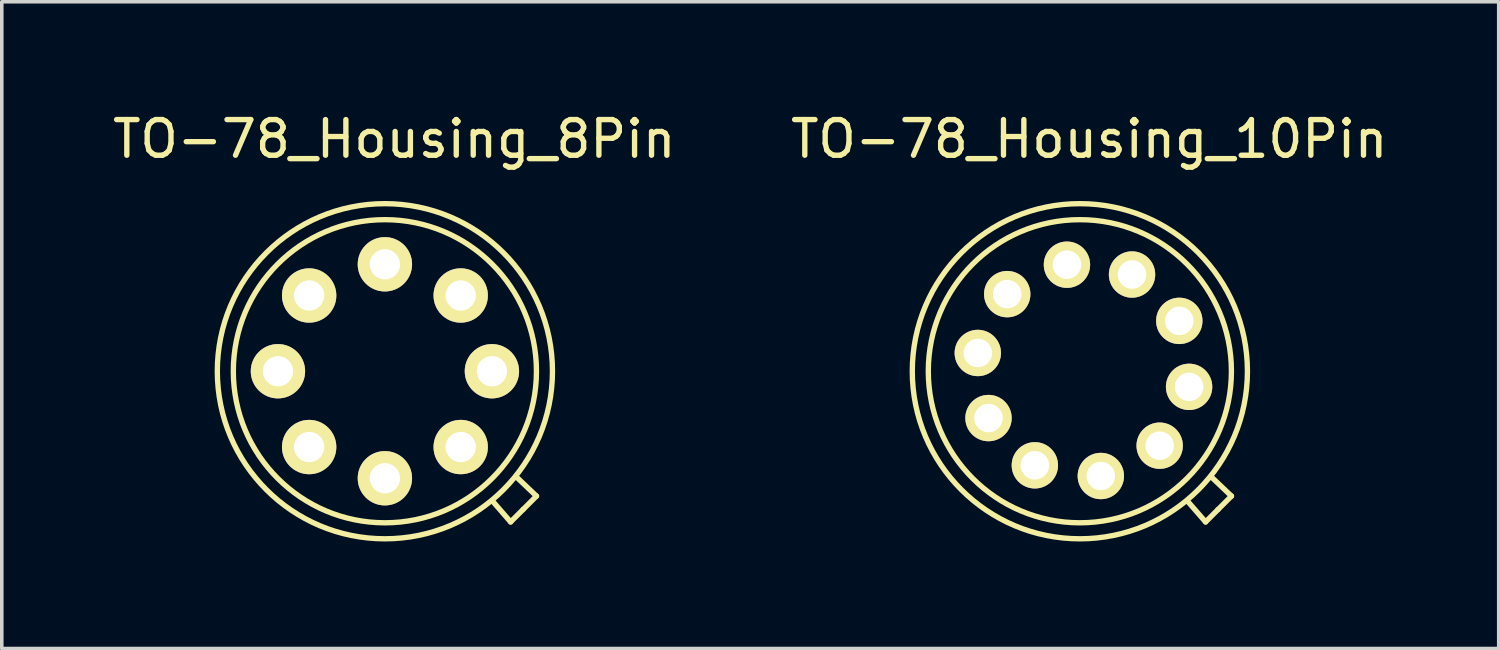
<source format=kicad_pcb>
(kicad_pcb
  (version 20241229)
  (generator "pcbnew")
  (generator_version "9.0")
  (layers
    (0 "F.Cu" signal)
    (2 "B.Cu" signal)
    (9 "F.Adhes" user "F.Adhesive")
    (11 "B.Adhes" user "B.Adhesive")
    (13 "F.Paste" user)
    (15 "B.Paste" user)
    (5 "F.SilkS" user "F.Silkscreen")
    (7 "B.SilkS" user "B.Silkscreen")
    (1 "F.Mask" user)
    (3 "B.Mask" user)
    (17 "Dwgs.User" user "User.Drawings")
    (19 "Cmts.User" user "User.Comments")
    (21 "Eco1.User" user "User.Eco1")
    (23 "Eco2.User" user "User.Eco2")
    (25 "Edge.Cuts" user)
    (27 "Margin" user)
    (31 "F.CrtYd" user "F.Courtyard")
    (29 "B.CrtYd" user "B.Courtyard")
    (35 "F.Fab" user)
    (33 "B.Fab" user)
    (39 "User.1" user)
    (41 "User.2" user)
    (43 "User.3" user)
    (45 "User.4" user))
  (footprint "TO-78_Housing_8Pin"
    (layer "F.Cu")
    (at 7.856 7.323)
    (property "Reference" "TO-78_Housing_8Pin" (at 0.15 -6.475 0) (layer "F.SilkS") (effects (font (size 1 1) (thickness 0.15))))
    (attr through_hole)
    (fp_line (start 3.413 4.263) (end 2.913 3.688) (stroke (width 0.15) (type solid)) (layer "F.SilkS"))
    (fp_line (start 3.763 3.913) (end 3.413 4.263) (stroke (width 0.15) (type solid)) (layer "F.SilkS"))
    (fp_line (start 3.763 3.913) (end 4.138 3.538) (stroke (width 0.15) (type solid)) (layer "F.SilkS"))
    (fp_line (start 4.138 3.538) (end 3.587 3.013) (stroke (width 0.15) (type solid)) (layer "F.SilkS"))
    (fp_circle (center -0.113 0.037) (end -0.113 -4.662) (stroke (width 0.15) (type solid)) (fill no) (layer "F.SilkS"))
    (fp_circle (center -0.113 0.037) (end -0.113 -4.213) (stroke (width 0.15) (type solid)) (fill no) (layer "F.SilkS"))
    (pad "1" thru_hole circle (at -0.113 3.038 90) (size 1.524 1.524) (drill 0.85) (layers "*.Cu" "*.Mask" "F.SilkS"))
    (pad "1" thru_hole circle (at 2.888 0.037 90) (size 1.524 1.524) (drill 0.85) (layers "*.Cu" "*.Mask" "F.SilkS"))
    (pad "2" thru_hole circle (at -2.237 2.163 90) (size 1.524 1.524) (drill 0.85) (layers "*.Cu" "*.Mask" "F.SilkS"))
    (pad "2" thru_hole circle (at 2.013 -2.087 90) (size 1.524 1.524) (drill 0.85) (layers "*.Cu" "*.Mask" "F.SilkS"))
    (pad "3" thru_hole circle (at -3.112 0.037 90) (size 1.524 1.524) (drill 0.85) (layers "*.Cu" "*.Mask" "F.SilkS"))
    (pad "4" thru_hole circle (at -2.237 -2.087 90) (size 1.524 1.524) (drill 0.85) (layers "*.Cu" "*.Mask" "F.SilkS"))
    (pad "5" thru_hole circle (at -0.113 -2.962 90) (size 1.524 1.524) (drill 0.85) (layers "*.Cu" "*.Mask" "F.SilkS"))
    (pad "8" thru_hole circle (at 2.013 2.163 90) (size 1.524 1.524) (drill 0.85) (layers "*.Cu" "*.Mask" "F.SilkS")))
  (footprint "TO-78_Housing_10Pin"
    (layer "F.Cu")
    (at 27.344 7.323)
    (property "Reference" "TO-78_Housing_10Pin" (at 0.15 -6.475 0) (layer "F.SilkS") (effects (font (size 1 1) (thickness 0.15))))
    (attr through_hole)
    (fp_line (start 3.413 4.263) (end 2.913 3.688) (stroke (width 0.15) (type solid)) (layer "F.SilkS"))
    (fp_line (start 3.763 3.913) (end 3.413 4.263) (stroke (width 0.15) (type solid)) (layer "F.SilkS"))
    (fp_line (start 3.763 3.913) (end 4.138 3.538) (stroke (width 0.15) (type solid)) (layer "F.SilkS"))
    (fp_line (start 4.138 3.538) (end 3.587 3.013) (stroke (width 0.15) (type solid)) (layer "F.SilkS"))
    (fp_circle (center -0.113 0.037) (end -0.113 -4.662) (stroke (width 0.15) (type solid)) (fill no) (layer "F.SilkS"))
    (fp_circle (center -0.113 0.037) (end -0.113 -4.213) (stroke (width 0.15) (type solid)) (fill no) (layer "F.SilkS"))
    (pad "1" thru_hole circle (at 2.95 0.475) (size 1.3 1.3) (drill 0.8) (layers "*.Cu" "*.Mask" "F.SilkS"))
    (pad "2" thru_hole circle (at 2.675 -1.375) (size 1.3 1.3) (drill 0.8) (layers "*.Cu" "*.Mask" "F.SilkS"))
    (pad "3" thru_hole circle (at 1.35 -2.675) (size 1.3 1.3) (drill 0.8) (layers "*.Cu" "*.Mask" "F.SilkS"))
    (pad "4" thru_hole circle (at -0.475 -2.95) (size 1.3 1.3) (drill 0.8) (layers "*.Cu" "*.Mask" "F.SilkS"))
    (pad "5" thru_hole circle (at -2.15 -2.125) (size 1.3 1.3) (drill 0.8) (layers "*.Cu" "*.Mask" "F.SilkS"))
    (pad "6" thru_hole circle (at -2.975 -0.475) (size 1.3 1.3) (drill 0.8) (layers "*.Cu" "*.Mask" "F.SilkS"))
    (pad "7" thru_hole circle (at -2.675 1.35) (size 1.3 1.3) (drill 0.8) (layers "*.Cu" "*.Mask" "F.SilkS"))
    (pad "8" thru_hole circle (at -1.375 2.675) (size 1.3 1.3) (drill 0.8) (layers "*.Cu" "*.Mask" "F.SilkS"))
    (pad "9" thru_hole circle (at 0.475 2.975) (size 1.3 1.3) (drill 0.8) (layers "*.Cu" "*.Mask" "F.SilkS"))
    (pad "10" thru_hole circle (at 2.125 2.125) (size 1.3 1.3) (drill 0.8) (layers "*.Cu" "*.Mask" "F.SilkS")))
  (gr_rect
    (start -3 -3)
    (end 38.976 15.136)
    (stroke (width 0.1) (type default))
    (fill no)
    (layer "Edge.Cuts")))
</source>
